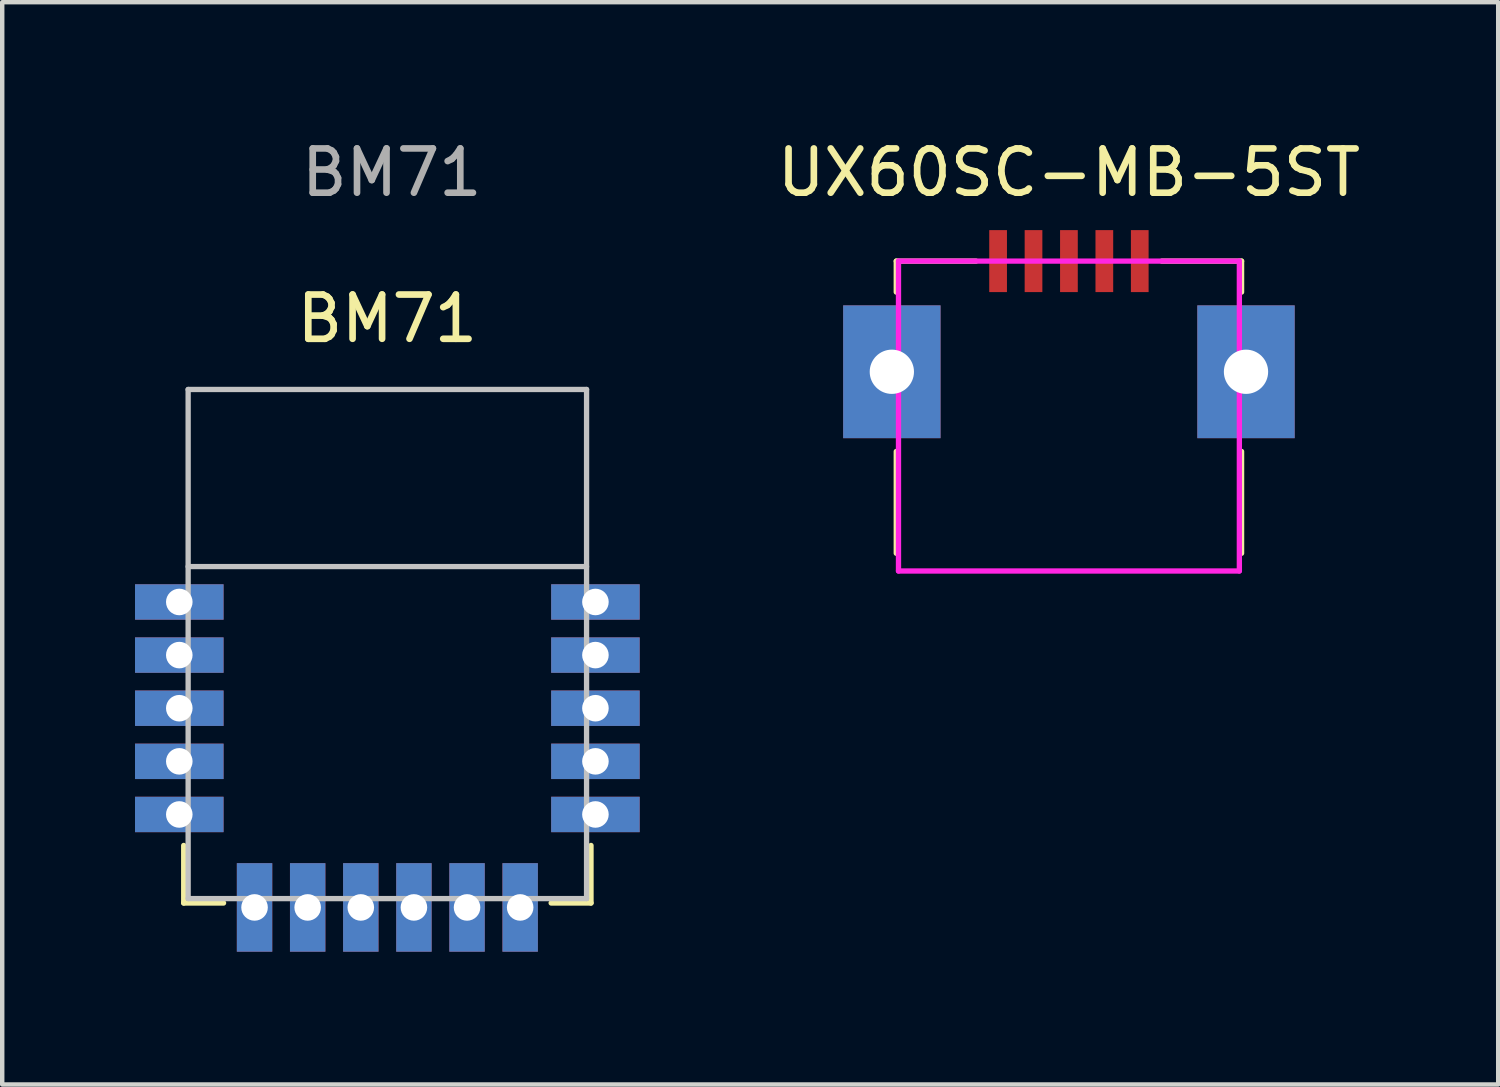
<source format=kicad_pcb>
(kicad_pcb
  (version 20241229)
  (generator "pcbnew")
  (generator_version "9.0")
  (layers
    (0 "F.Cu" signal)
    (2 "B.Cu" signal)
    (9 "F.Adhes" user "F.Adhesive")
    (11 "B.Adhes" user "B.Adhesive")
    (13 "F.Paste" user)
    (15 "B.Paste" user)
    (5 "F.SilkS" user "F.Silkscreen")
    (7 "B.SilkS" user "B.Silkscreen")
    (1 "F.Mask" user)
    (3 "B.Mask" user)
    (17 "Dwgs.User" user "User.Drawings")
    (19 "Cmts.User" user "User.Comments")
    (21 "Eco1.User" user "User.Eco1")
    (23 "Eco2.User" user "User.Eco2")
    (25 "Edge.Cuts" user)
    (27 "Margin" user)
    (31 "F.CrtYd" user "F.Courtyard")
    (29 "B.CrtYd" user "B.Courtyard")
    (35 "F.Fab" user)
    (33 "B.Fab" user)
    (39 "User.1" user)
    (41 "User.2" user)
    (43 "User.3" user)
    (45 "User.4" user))
  (footprint "UX60SC-MB-5ST"
    (layer "F.Cu")
    (at 21.096 9.848)
    (property "Reference" "UX60SC-MB-5ST" (at 0 -9 0) (layer "F.SilkS") (effects (font (size 1 1) (thickness 0.15))))
    (attr through_hole)
    (fp_line (start -3.9 -7) (end -2.1 -7) (stroke (width 0.12) (type solid)) (layer "F.SilkS"))
    (fp_line (start -3.9 -6.3) (end -3.9 -7) (stroke (width 0.12) (type solid)) (layer "F.SilkS"))
    (fp_line (start -3.9 -2.7) (end -3.9 -0.4) (stroke (width 0.12) (type solid)) (layer "F.SilkS"))
    (fp_line (start 3.9 -7) (end 2.1 -7) (stroke (width 0.12) (type solid)) (layer "F.SilkS"))
    (fp_line (start 3.9 -6.3) (end 3.9 -7) (stroke (width 0.12) (type solid)) (layer "F.SilkS"))
    (fp_line (start 3.9 -2.7) (end 3.9 -0.4) (stroke (width 0.12) (type solid)) (layer "F.SilkS"))
    (fp_line (start -3.85 -7) (end 3.85 -7) (stroke (width 0.12) (type solid)) (layer "F.CrtYd"))
    (fp_line (start -3.85 0) (end -3.85 -7) (stroke (width 0.12) (type solid)) (layer "F.CrtYd"))
    (fp_line (start 3.85 -7) (end 3.85 0) (stroke (width 0.12) (type solid)) (layer "F.CrtYd"))
    (fp_line (start 3.85 0) (end -3.85 0) (stroke (width 0.12) (type solid)) (layer "F.CrtYd"))
    (pad "1" smd rect (at -1.6 -7) (size 0.4 1.4) (layers "F.Cu" "F.Mask" "F.Paste"))
    (pad "2" smd rect (at -0.8 -7) (size 0.4 1.4) (layers "F.Cu" "F.Mask" "F.Paste"))
    (pad "3" smd rect (at 0 -7) (size 0.4 1.4) (layers "F.Cu" "F.Mask" "F.Paste"))
    (pad "4" smd rect (at 0.8 -7) (size 0.4 1.4) (layers "F.Cu" "F.Mask" "F.Paste"))
    (pad "5" smd rect (at 1.6 -7) (size 0.4 1.4) (layers "F.Cu" "F.Mask" "F.Paste"))
    (pad "6" thru_hole rect (at -4 -4.5 180) (size 2.2 3) (drill 1) (layers "*.Cu" "*.Mask"))
    (pad "6" thru_hole rect (at 4 -4.5 180) (size 2.2 3) (drill 1) (layers "*.Cu" "*.Mask")))
  (footprint "BM71"
    (layer "F.Cu")
    (at 5.7 5.748)
    (property "Reference" "BM71" (at 0 -1.6 0) (unlocked yes) (layer "F.SilkS") (effects (font (size 1 1) (thickness 0.15))))
    (attr smd)
    (fp_line (start -4.6 10.3) (end -4.6 11.6) (stroke (width 0.12) (type solid)) (layer "F.SilkS"))
    (fp_line (start -4.6 11.6) (end -3.7 11.6) (stroke (width 0.12) (type solid)) (layer "F.SilkS"))
    (fp_line (start 4.6 10.3) (end 4.6 11.6) (stroke (width 0.12) (type solid)) (layer "F.SilkS"))
    (fp_line (start 4.6 11.6) (end 3.7 11.6) (stroke (width 0.12) (type solid)) (layer "F.SilkS"))
    (fp_line (start -4.5 0) (end 4.5 0) (stroke (width 0.12) (type solid)) (layer "Dwgs.User"))
    (fp_line (start -4.5 4) (end 4.5 4) (stroke (width 0.12) (type solid)) (layer "Dwgs.User"))
    (fp_line (start -4.5 11.5) (end -4.5 0) (stroke (width 0.12) (type solid)) (layer "Dwgs.User"))
    (fp_line (start 4.5 0) (end 4.5 11.5) (stroke (width 0.12) (type solid)) (layer "Dwgs.User"))
    (fp_line (start 4.5 11.5) (end -4.5 11.5) (stroke (width 0.12) (type solid)) (layer "Dwgs.User"))
    (fp_text user "${REFERENCE}" (at 0.1 -4.9 0) (unlocked yes) (layer "F.Fab") (effects (font (size 1 1) (thickness 0.15))))
    (pad "1" thru_hole rect (at -4.7 4.8) (size 2 0.8) (drill 0.6) (layers "*.Cu" "*.Mask"))
    (pad "2" thru_hole rect (at -4.7 6) (size 2 0.8) (drill 0.6) (layers "*.Cu" "*.Mask"))
    (pad "3" thru_hole rect (at -4.7 7.2) (size 2 0.8) (drill 0.6) (layers "*.Cu" "*.Mask"))
    (pad "4" thru_hole rect (at -4.7 8.4) (size 2 0.8) (drill 0.6) (layers "*.Cu" "*.Mask"))
    (pad "5" thru_hole rect (at -4.7 9.6) (size 2 0.8) (drill 0.6) (layers "*.Cu" "*.Mask"))
    (pad "6" thru_hole rect (at -3 11.7) (size 0.8 2) (drill 0.6) (layers "*.Cu" "*.Mask"))
    (pad "7" thru_hole rect (at -1.8 11.7) (size 0.8 2) (drill 0.6) (layers "*.Cu" "*.Mask"))
    (pad "8" thru_hole rect (at -0.6 11.7) (size 0.8 2) (drill 0.6) (layers "*.Cu" "*.Mask"))
    (pad "9" thru_hole rect (at 0.6 11.7) (size 0.8 2) (drill 0.6) (layers "*.Cu" "*.Mask"))
    (pad "10" thru_hole rect (at 1.8 11.7) (size 0.8 2) (drill 0.6) (layers "*.Cu" "*.Mask"))
    (pad "11" thru_hole rect (at 3 11.7) (size 0.8 2) (drill 0.6) (layers "*.Cu" "*.Mask"))
    (pad "12" thru_hole rect (at 4.7 9.6) (size 2 0.8) (drill 0.6) (layers "*.Cu" "*.Mask"))
    (pad "13" thru_hole rect (at 4.7 8.4) (size 2 0.8) (drill 0.6) (layers "*.Cu" "*.Mask"))
    (pad "14" thru_hole rect (at 4.7 7.2) (size 2 0.8) (drill 0.6) (layers "*.Cu" "*.Mask"))
    (pad "15" thru_hole rect (at 4.7 6) (size 2 0.8) (drill 0.6) (layers "*.Cu" "*.Mask"))
    (pad "16" thru_hole rect (at 4.7 4.8) (size 2 0.8) (drill 0.6) (layers "*.Cu" "*.Mask"))
    (zone (net_name "") (layer "F.Cu") (hatch edge 0.508) (connect_pads) (min_thickness 0.254) (filled_areas_thickness no) (keepout (tracks not_allowed) (vias not_allowed) (pads not_allowed) (copperpour allowed) (footprints allowed)) (placement (enabled no)) (fill) (polygon (pts (xy 9.4 16.448) (xy 2 16.448) (xy 2 9.848) (xy 9.4 9.848)))))
  (gr_rect
    (start -3 -3)
    (end 30.793 21.448)
    (stroke (width 0.1) (type default))
    (fill no)
    (layer "Edge.Cuts")))
</source>
